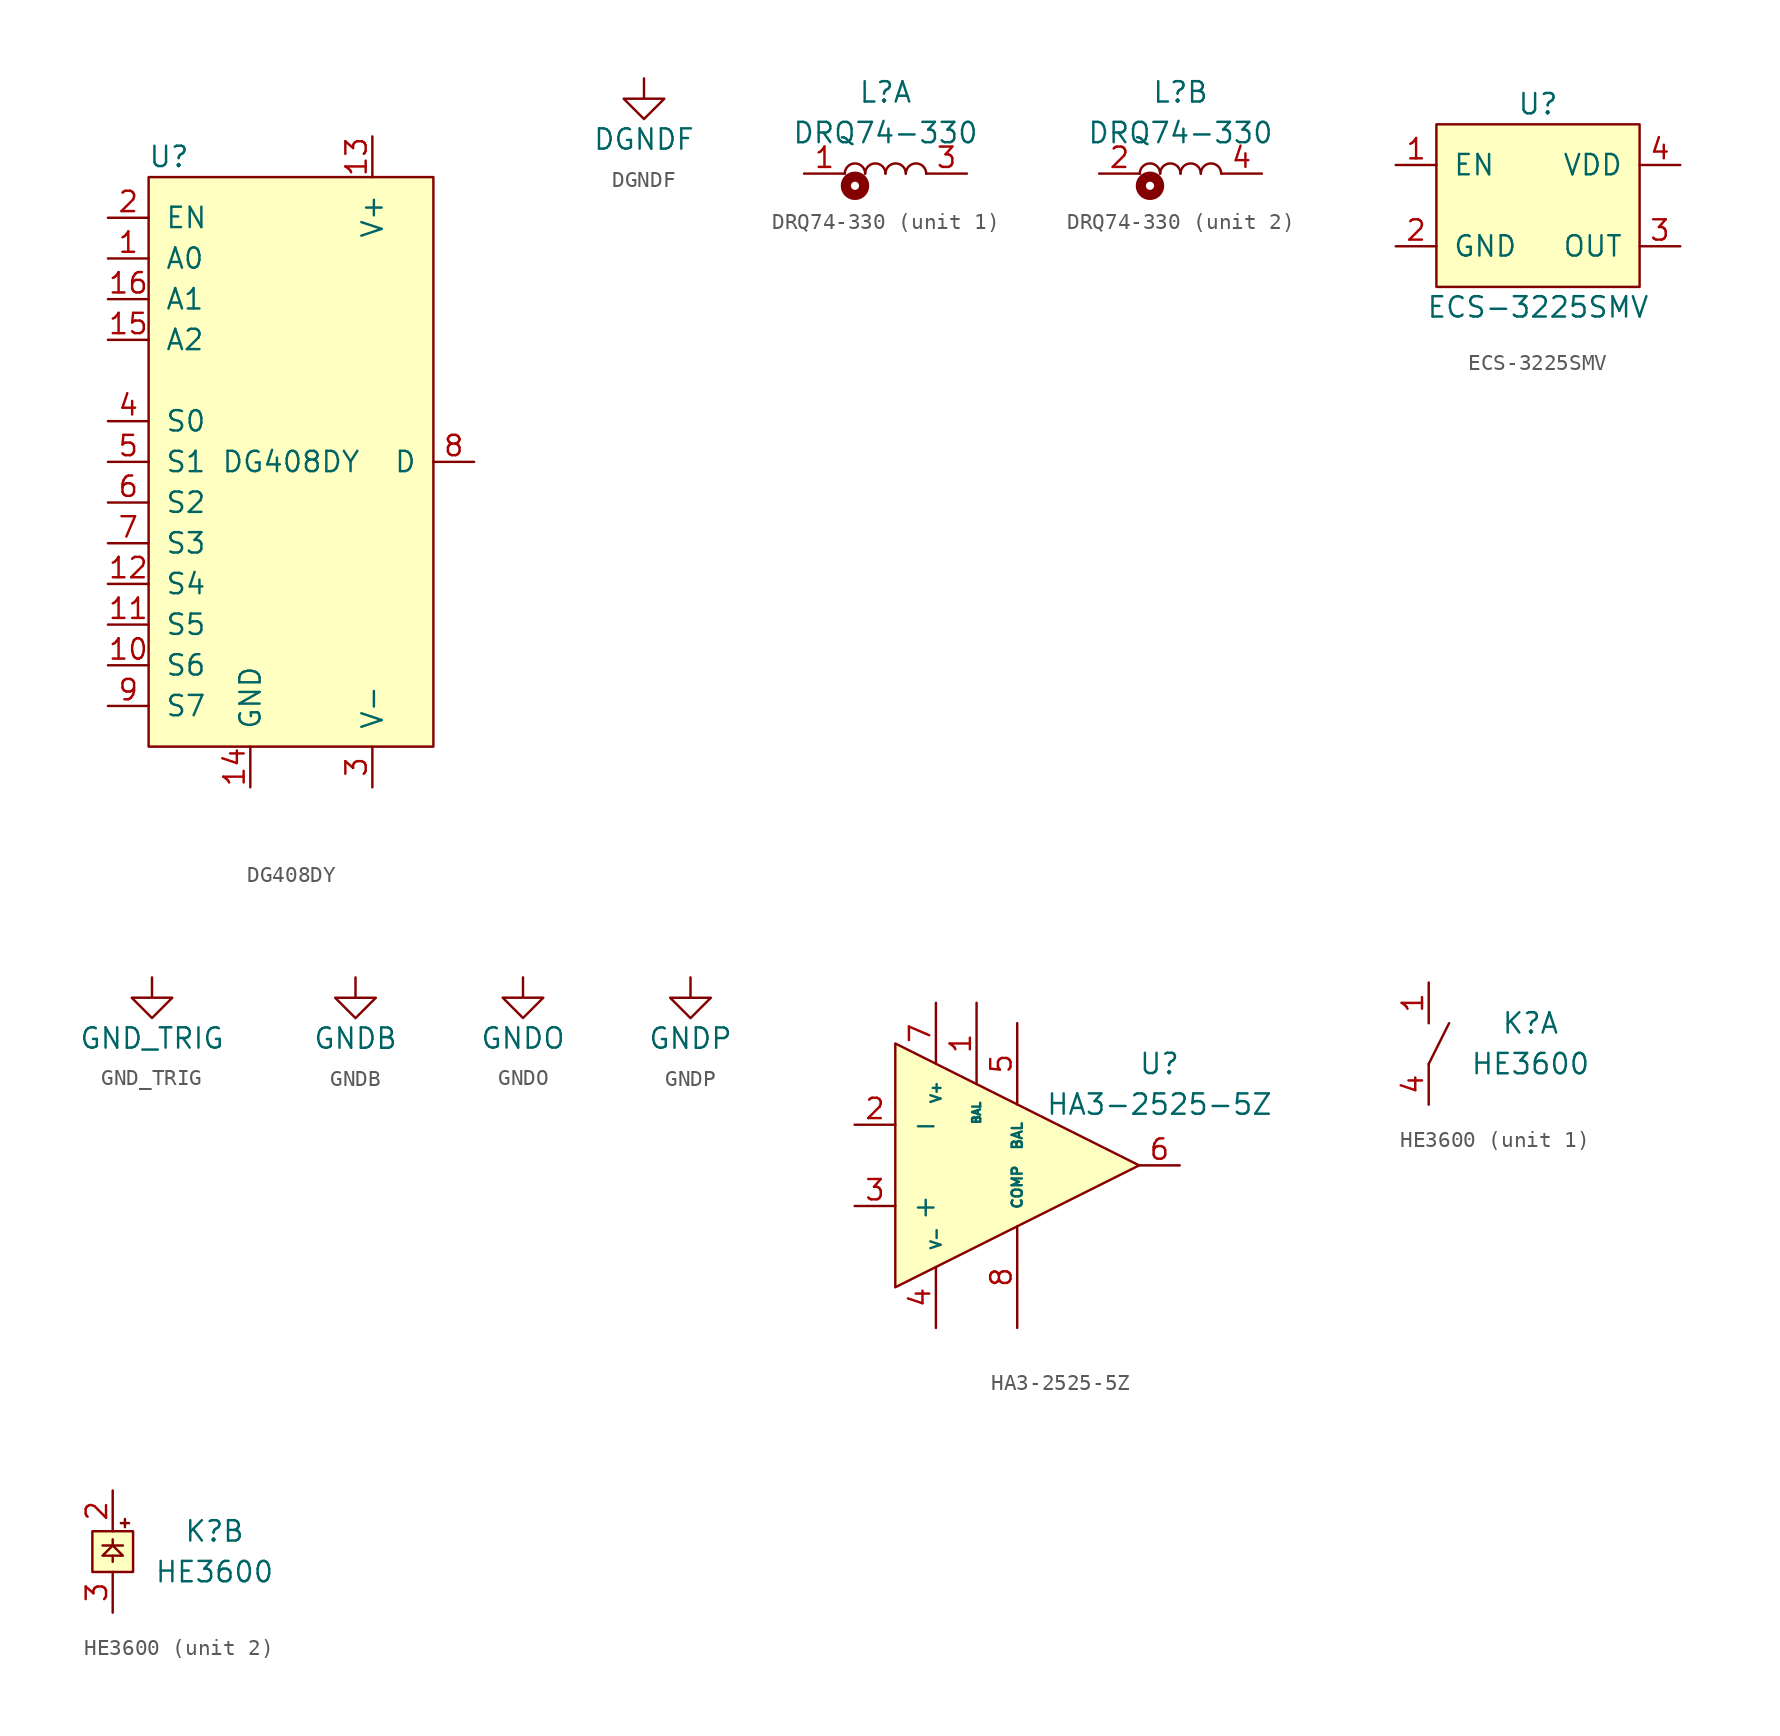
<source format=kicad_sym>
(kicad_symbol_lib
  (version 20220914)
  (generator kicad_symbol_editor)
  (symbol "DG408DY"
    (pin_names
      (offset 1.016))
    (property "Reference" "U"
      (at -7.62 19.05 0)
      (effects (font (size 1.27 1.27))))
    (property "Value" "DG408DY"
      (at 0 0 0)
      (effects (font (size 1.27 1.27))))
    (symbol "DG408DY_0_1"
      (rectangle (start -8.89 17.78) (end 8.89 -17.78) (stroke (width 0) (type solid)) (fill (type background))))
    (symbol "DG408DY_1_1"
      (pin input line (at -11.43 12.7 0) (length 2.54) (name "A0" (effects (font (size 1.27 1.27)))) (number "1" (effects (font (size 1.27 1.27)))))
      (pin passive line (at -11.43 -12.7 0) (length 2.54) (name "S6" (effects (font (size 1.27 1.27)))) (number "10" (effects (font (size 1.27 1.27)))))
      (pin passive line (at -11.43 -10.16 0) (length 2.54) (name "S5" (effects (font (size 1.27 1.27)))) (number "11" (effects (font (size 1.27 1.27)))))
      (pin passive line (at -11.43 -7.62 0) (length 2.54) (name "S4" (effects (font (size 1.27 1.27)))) (number "12" (effects (font (size 1.27 1.27)))))
      (pin passive line (at 5.08 20.32 270) (length 2.54) (name "V+" (effects (font (size 1.27 1.27)))) (number "13" (effects (font (size 1.27 1.27)))))
      (pin passive line (at -2.54 -20.32 90) (length 2.54) (name "GND" (effects (font (size 1.27 1.27)))) (number "14" (effects (font (size 1.27 1.27)))))
      (pin input line (at -11.43 7.62 0) (length 2.54) (name "A2" (effects (font (size 1.27 1.27)))) (number "15" (effects (font (size 1.27 1.27)))))
      (pin input line (at -11.43 10.16 0) (length 2.54) (name "A1" (effects (font (size 1.27 1.27)))) (number "16" (effects (font (size 1.27 1.27)))))
      (pin input line (at -11.43 15.24 0) (length 2.54) (name "EN" (effects (font (size 1.27 1.27)))) (number "2" (effects (font (size 1.27 1.27)))))
      (pin passive line (at 5.08 -20.32 90) (length 2.54) (name "V-" (effects (font (size 1.27 1.27)))) (number "3" (effects (font (size 1.27 1.27)))))
      (pin passive line (at -11.43 2.54 0) (length 2.54) (name "S0" (effects (font (size 1.27 1.27)))) (number "4" (effects (font (size 1.27 1.27)))))
      (pin passive line (at -11.43 0 0) (length 2.54) (name "S1" (effects (font (size 1.27 1.27)))) (number "5" (effects (font (size 1.27 1.27)))))
      (pin passive line (at -11.43 -2.54 0) (length 2.54) (name "S2" (effects (font (size 1.27 1.27)))) (number "6" (effects (font (size 1.27 1.27)))))
      (pin passive line (at -11.43 -5.08 0) (length 2.54) (name "S3" (effects (font (size 1.27 1.27)))) (number "7" (effects (font (size 1.27 1.27)))))
      (pin bidirectional line (at 11.43 0 180) (length 2.54) (name "D" (effects (font (size 1.27 1.27)))) (number "8" (effects (font (size 1.27 1.27)))))
      (pin passive line (at -11.43 -15.24 0) (length 2.54) (name "S7" (effects (font (size 1.27 1.27)))) (number "9" (effects (font (size 1.27 1.27)))))))
  (symbol "DGNDF"
    (power)
    (pin_names
      (offset 0))
    (property "Reference" "#PWR"
      (at 0 -6.35 0)
      (effects (font (size 1.27 1.27)) hide))
    (property "Value" "DGNDF"
      (at 0 -3.81 0)
      (effects (font (size 1.27 1.27))))
    (symbol "DGNDF_0_1"
      (polyline (pts (xy 0 0) (xy 0 -1.27) (xy 1.27 -1.27) (xy 0 -2.54) (xy -1.27 -1.27) (xy 0 -1.27)) (stroke (width 0) (type solid)) (fill (type none))))
    (symbol "DGNDF_1_1"
      (pin power_in line (at 0 0 270) (length 0) hide (name "DGNDF" (effects (font (size 1.27 1.27)))) (number "1" (effects (font (size 1.27 1.27)))))))
  (symbol "DRQ74-330"
    (pin_names
      (offset 1.016))
    (property "Reference" "L"
      (at 0 5.08 0)
      (effects (font (size 1.27 1.27))))
    (property "Value" "DRQ74-330"
      (at 0 2.54 0)
      (effects (font (size 1.27 1.27))))
    (symbol "DRQ74-330_0_1"
      (circle (center -1.905 -0.762) (radius 0.254) (stroke (width 0.635) (type solid)) (fill (type none)))
      (arc (start -1.27 0) (mid -1.905 0.6323) (end -2.54 0) (stroke (width 0) (type solid)) (fill (type none)))
      (arc (start 0 0) (mid -0.635 0.6323) (end -1.27 0) (stroke (width 0) (type solid)) (fill (type none)))
      (arc (start 1.27 0) (mid 0.635 0.6323) (end 0 0) (stroke (width 0) (type solid)) (fill (type none)))
      (arc (start 2.54 0) (mid 1.905 0.6323) (end 1.27 0) (stroke (width 0) (type solid)) (fill (type none))))
    (symbol "DRQ74-330_1_1"
      (pin passive line (at -5.08 0 0) (length 2.54) (name "~" (effects (font (size 1.27 1.27)))) (number "1" (effects (font (size 1.27 1.27)))))
      (pin passive line (at 5.08 0 180) (length 2.54) (name "~" (effects (font (size 1.27 1.27)))) (number "3" (effects (font (size 1.27 1.27))))))
    (symbol "DRQ74-330_2_1"
      (pin passive line (at -5.08 0 0) (length 2.54) (name "~" (effects (font (size 1.27 1.27)))) (number "2" (effects (font (size 1.27 1.27)))))
      (pin passive line (at 5.08 0 180) (length 2.54) (name "~" (effects (font (size 1.27 1.27)))) (number "4" (effects (font (size 1.27 1.27)))))))
  (symbol "ECS-3225SMV"
    (pin_names
      (offset 1.016))
    (property "Reference" "U"
      (at 0 6.35 0)
      (effects (font (size 1.27 1.27))))
    (property "Value" "ECS-3225SMV"
      (at 0 -6.35 0)
      (effects (font (size 1.27 1.27))))
    (symbol "ECS-3225SMV_0_1"
      (rectangle (start -6.35 5.08) (end 6.35 -5.08) (stroke (width 0) (type solid)) (fill (type background))))
    (symbol "ECS-3225SMV_1_1"
      (pin passive line (at -8.89 2.54 0) (length 2.54) (name "EN" (effects (font (size 1.27 1.27)))) (number "1" (effects (font (size 1.27 1.27)))))
      (pin passive line (at -8.89 -2.54 0) (length 2.54) (name "GND" (effects (font (size 1.27 1.27)))) (number "2" (effects (font (size 1.27 1.27)))))
      (pin output line (at 8.89 -2.54 180) (length 2.54) (name "OUT" (effects (font (size 1.27 1.27)))) (number "3" (effects (font (size 1.27 1.27)))))
      (pin passive line (at 8.89 2.54 180) (length 2.54) (name "VDD" (effects (font (size 1.27 1.27)))) (number "4" (effects (font (size 1.27 1.27)))))))
  (symbol "GND_TRIG"
    (power)
    (pin_names
      (offset 0))
    (property "Reference" "#PWR"
      (at 0 -6.35 0)
      (effects (font (size 1.27 1.27)) hide))
    (property "Value" "GND_TRIG"
      (at 0 -3.81 0)
      (effects (font (size 1.27 1.27))))
    (symbol "GND_TRIG_0_1"
      (polyline (pts (xy 0 0) (xy 0 -1.27) (xy 1.27 -1.27) (xy 0 -2.54) (xy -1.27 -1.27) (xy 0 -1.27)) (stroke (width 0) (type solid)) (fill (type none))))
    (symbol "GND_TRIG_1_1"
      (pin power_in line (at 0 0 270) (length 0) hide (name "GND_TRIG" (effects (font (size 1.27 1.27)))) (number "1" (effects (font (size 1.27 1.27)))))))
  (symbol "GNDB"
    (power)
    (pin_names
      (offset 0))
    (property "Reference" "#PWR"
      (at 0 -6.35 0)
      (effects (font (size 1.27 1.27)) hide))
    (property "Value" "GNDB"
      (at 0 -3.81 0)
      (effects (font (size 1.27 1.27))))
    (symbol "GNDB_0_1"
      (polyline (pts (xy 0 0) (xy 0 -1.27) (xy 1.27 -1.27) (xy 0 -2.54) (xy -1.27 -1.27) (xy 0 -1.27)) (stroke (width 0) (type solid)) (fill (type none))))
    (symbol "GNDB_1_1"
      (pin power_in line (at 0 0 270) (length 0) hide (name "GNDB" (effects (font (size 1.27 1.27)))) (number "1" (effects (font (size 1.27 1.27)))))))
  (symbol "GNDO"
    (power)
    (pin_names
      (offset 0))
    (property "Reference" "#PWR"
      (at 0 -6.35 0)
      (effects (font (size 1.27 1.27)) hide))
    (property "Value" "GNDO"
      (at 0 -3.81 0)
      (effects (font (size 1.27 1.27))))
    (symbol "GNDO_0_1"
      (polyline (pts (xy 0 0) (xy 0 -1.27) (xy 1.27 -1.27) (xy 0 -2.54) (xy -1.27 -1.27) (xy 0 -1.27)) (stroke (width 0) (type solid)) (fill (type none))))
    (symbol "GNDO_1_1"
      (pin power_in line (at 0 0 270) (length 0) hide (name "GNDO" (effects (font (size 1.27 1.27)))) (number "1" (effects (font (size 1.27 1.27)))))))
  (symbol "GNDP"
    (power)
    (pin_names
      (offset 0))
    (property "Reference" "#PWR"
      (at 0 -6.35 0)
      (effects (font (size 1.27 1.27)) hide))
    (property "Value" "GNDP"
      (at 0 -3.81 0)
      (effects (font (size 1.27 1.27))))
    (symbol "GNDP_0_1"
      (polyline (pts (xy 0 0) (xy 0 -1.27) (xy 1.27 -1.27) (xy 0 -2.54) (xy -1.27 -1.27) (xy 0 -1.27)) (stroke (width 0) (type solid)) (fill (type none))))
    (symbol "GNDP_1_1"
      (pin power_in line (at 0 0 270) (length 0) hide (name "GNDP" (effects (font (size 1.27 1.27)))) (number "1" (effects (font (size 1.27 1.27)))))))
  (symbol "HA3-2525-5Z"
    (pin_names
      (offset 1.016))
    (property "Reference" "U"
      (at 11.43 6.35 0)
      (effects (font (size 1.27 1.27))))
    (property "Value" "HA3-2525-5Z"
      (at 11.43 3.81 0)
      (effects (font (size 1.27 1.27))))
    (symbol "HA3-2525-5Z_1_1"
      (polyline (pts (xy -5.08 7.62) (xy -5.08 -7.62) (xy 10.16 0) (xy -5.08 7.62)) (stroke (width 0) (type solid)) (fill (type background)))
      (pin input line (at 0 10.16 270) (length 5.08) (name "BAL" (effects (font (size 0.508 0.508)))) (number "1" (effects (font (size 1.27 1.27)))))
      (pin input line (at -7.62 2.54 0) (length 2.54) (name "-" (effects (font (size 1.27 1.27)))) (number "2" (effects (font (size 1.27 1.27)))))
      (pin input line (at -7.62 -2.54 0) (length 2.54) (name "+" (effects (font (size 1.27 1.27)))) (number "3" (effects (font (size 1.27 1.27)))))
      (pin passive line (at -2.54 -10.16 90) (length 3.81) (name "V-" (effects (font (size 0.635 0.635)))) (number "4" (effects (font (size 1.27 1.27)))))
      (pin input line (at 2.54 8.89 270) (length 5.08) (name "BAL" (effects (font (size 0.635 0.635)))) (number "5" (effects (font (size 1.27 1.27)))))
      (pin output line (at 12.7 0 180) (length 2.54) (name "~" (effects (font (size 1.27 1.27)))) (number "6" (effects (font (size 1.27 1.27)))))
      (pin passive line (at -2.54 10.16 270) (length 3.81) (name "V+" (effects (font (size 0.635 0.635)))) (number "7" (effects (font (size 1.27 1.27)))))
      (pin input line (at 2.54 -10.16 90) (length 6.35) (name "COMP" (effects (font (size 0.635 0.635)))) (number "8" (effects (font (size 1.27 1.27)))))))
  (symbol "HE3600"
    (pin_names
      (offset 1.016))
    (property "Reference" "K"
      (at 6.35 1.27 0)
      (effects (font (size 1.27 1.27))))
    (property "Value" "HE3600"
      (at 6.35 -1.27 0)
      (effects (font (size 1.27 1.27))))
    (symbol "HE3600_1_1"
      (polyline (pts (xy 0 -1.27) (xy 1.27 1.27)) (stroke (width 0) (type solid)) (fill (type none)))
      (pin passive line (at 0 3.81 270) (length 2.54) (name "~" (effects (font (size 1.27 1.27)))) (number "1" (effects (font (size 1.27 1.27)))))
      (pin passive line (at 0 -3.81 90) (length 2.54) (name "~" (effects (font (size 1.27 1.27)))) (number "4" (effects (font (size 1.27 1.27))))))
    (symbol "HE3600_2_1"
      (polyline (pts (xy 0 -0.254) (xy 0 -0.635)) (stroke (width 0) (type solid)) (fill (type none)))
      (polyline (pts (xy 0 0.381) (xy 0 0.762)) (stroke (width 0) (type solid)) (fill (type none)))
      (polyline (pts (xy 0.508 1.778) (xy 1.016 1.778)) (stroke (width 0) (type solid)) (fill (type none)))
      (polyline (pts (xy 0.635 0.381) (xy -0.635 0.381)) (stroke (width 0) (type solid)) (fill (type none)))
      (polyline (pts (xy 0.762 2.032) (xy 0.762 1.524)) (stroke (width 0) (type solid)) (fill (type none)))
      (polyline (pts (xy 0.635 -0.254) (xy -0.635 -0.254) (xy 0 0.381) (xy 0.635 -0.254)) (stroke (width 0) (type solid)) (fill (type none)))
      (rectangle (start 1.27 1.27) (end -1.27 -1.27) (stroke (width 0) (type solid)) (fill (type background)))
      (pin passive line (at 0 3.81 270) (length 2.54) (name "~" (effects (font (size 1.27 1.27)))) (number "2" (effects (font (size 1.27 1.27)))))
      (pin passive line (at 0 -3.81 90) (length 2.54) (name "~" (effects (font (size 1.27 1.27)))) (number "3" (effects (font (size 1.27 1.27))))))))
</source>
